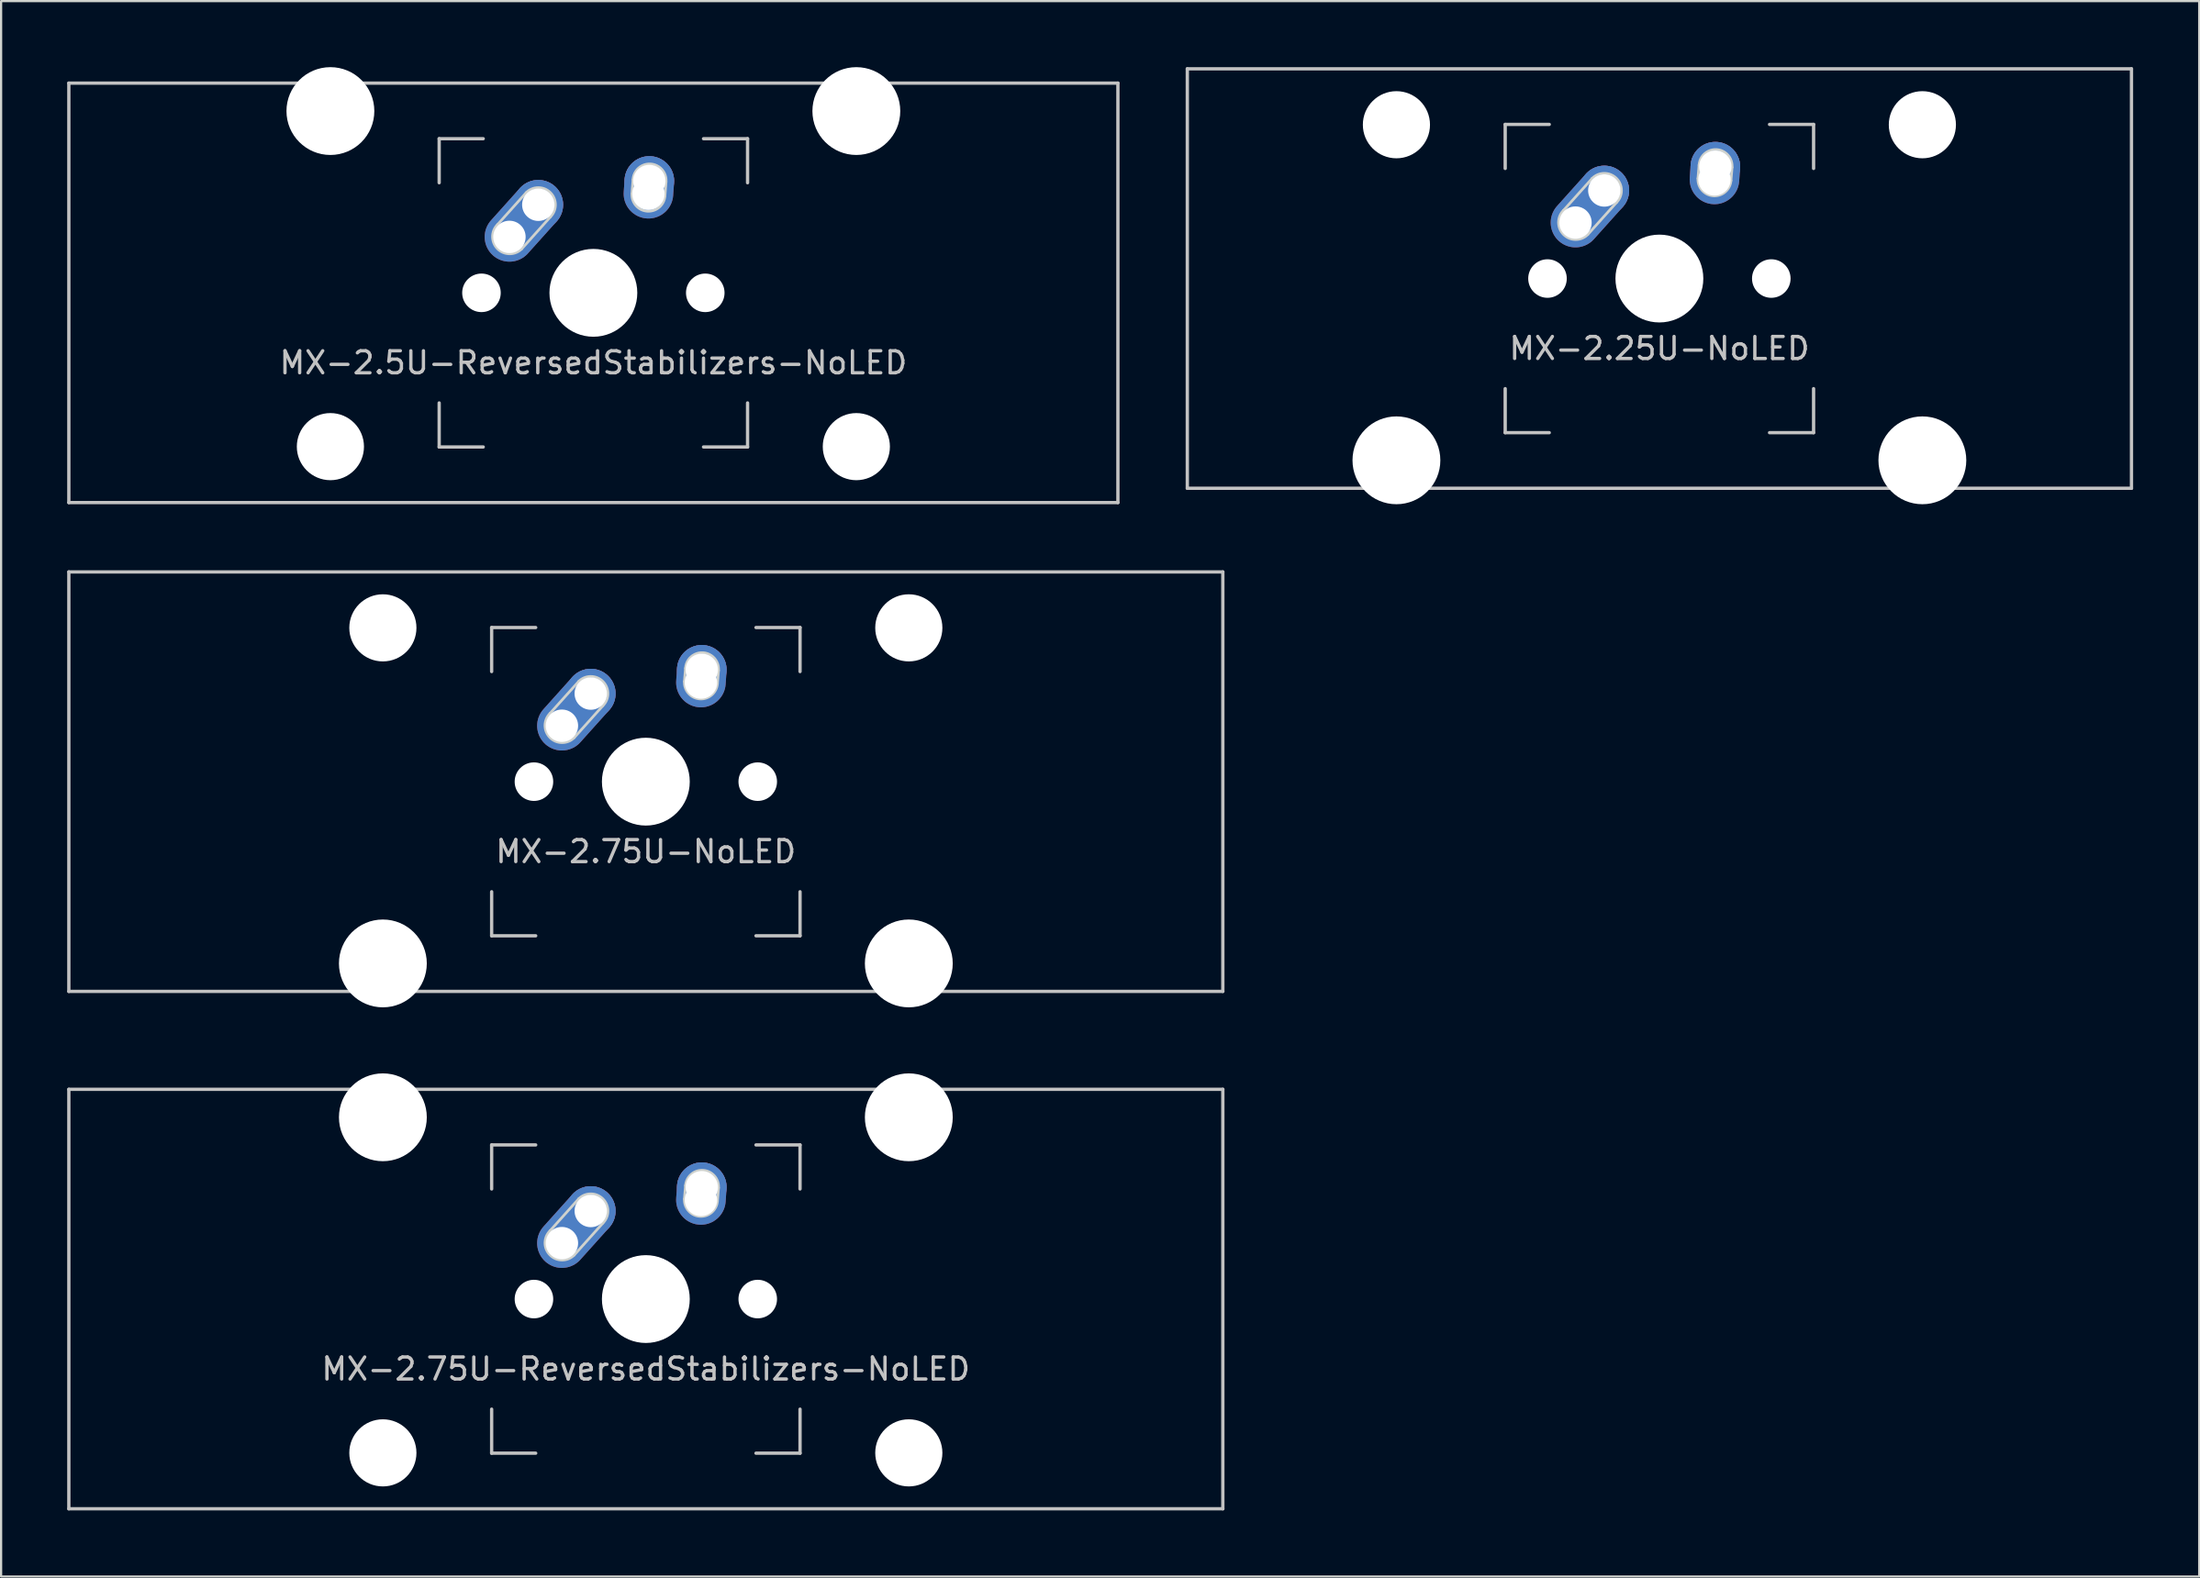
<source format=kicad_pcb>
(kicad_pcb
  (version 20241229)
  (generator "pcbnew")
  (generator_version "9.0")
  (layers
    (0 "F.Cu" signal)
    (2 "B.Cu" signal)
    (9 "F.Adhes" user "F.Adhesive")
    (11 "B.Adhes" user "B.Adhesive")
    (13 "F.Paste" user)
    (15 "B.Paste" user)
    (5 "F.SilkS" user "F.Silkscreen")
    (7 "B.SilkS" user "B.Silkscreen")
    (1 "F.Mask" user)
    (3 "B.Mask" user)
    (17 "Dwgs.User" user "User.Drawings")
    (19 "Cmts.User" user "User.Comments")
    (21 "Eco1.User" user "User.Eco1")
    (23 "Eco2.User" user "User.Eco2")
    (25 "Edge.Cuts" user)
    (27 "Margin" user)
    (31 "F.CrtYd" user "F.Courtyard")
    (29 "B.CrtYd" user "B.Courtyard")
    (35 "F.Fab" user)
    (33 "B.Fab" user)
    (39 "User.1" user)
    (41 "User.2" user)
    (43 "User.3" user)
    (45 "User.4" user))
  (footprint "MX-2.25U-NoLED"
    (layer "F.Cu")
    (at 72.281 9.6)
    (property "Reference" "MX-2.25U-NoLED" (at 0 3.175 0) (layer "Dwgs.User") (effects (font (size 1 1) (thickness 0.15))))
    (fp_line (start -21.431 -9.525) (end 21.431 -9.525) (stroke (width 0.15) (type solid)) (layer "Dwgs.User"))
    (fp_line (start -21.431 9.525) (end -21.431 -9.525) (stroke (width 0.15) (type solid)) (layer "Dwgs.User"))
    (fp_line (start -21.431 9.525) (end 21.431 9.525) (stroke (width 0.15) (type solid)) (layer "Dwgs.User"))
    (fp_line (start -7 -7) (end -7 -5) (stroke (width 0.15) (type solid)) (layer "Dwgs.User"))
    (fp_line (start -7 5) (end -7 7) (stroke (width 0.15) (type solid)) (layer "Dwgs.User"))
    (fp_line (start -7 7) (end -5 7) (stroke (width 0.15) (type solid)) (layer "Dwgs.User"))
    (fp_line (start -5 -7) (end -7 -7) (stroke (width 0.15) (type solid)) (layer "Dwgs.User"))
    (fp_line (start 5 -7) (end 7 -7) (stroke (width 0.15) (type solid)) (layer "Dwgs.User"))
    (fp_line (start 5 7) (end 7 7) (stroke (width 0.15) (type solid)) (layer "Dwgs.User"))
    (fp_line (start 7 -7) (end 7 -5) (stroke (width 0.15) (type solid)) (layer "Dwgs.User"))
    (fp_line (start 7 7) (end 7 5) (stroke (width 0.15) (type solid)) (layer "Dwgs.User"))
    (fp_line (start 21.431 -9.525) (end 21.431 9.525) (stroke (width 0.15) (type solid)) (layer "Dwgs.User"))
    (fp_line (start -4.35 -3.1) (end -3.05 -4.55) (stroke (width 0.12) (type solid)) (layer "Edge.Cuts"))
    (fp_line (start -1.95 -3.45) (end -3.25 -2) (stroke (width 0.12) (type solid)) (layer "Edge.Cuts"))
    (fp_line (start 1.8 -5.15) (end 1.75 -4.547) (stroke (width 0.12) (type solid)) (layer "Edge.Cuts"))
    (fp_line (start 3.3 -5.05) (end 3.25 -4.45) (stroke (width 0.12) (type solid)) (layer "Edge.Cuts"))
    (fp_arc (start -3.25 -2) (mid -4.35 -2) (end -4.35 -3.1) (stroke (width 0.12) (type solid)) (layer "Edge.Cuts"))
    (fp_arc (start -3.05 -4.55) (mid -1.95 -4.55) (end -1.95 -3.45) (stroke (width 0.12) (type solid)) (layer "Edge.Cuts"))
    (fp_arc (start 1.800001 -5.15) (mid 2.6 -5.849999) (end 3.299999 -5.05) (stroke (width 0.12) (type solid)) (layer "Edge.Cuts"))
    (fp_arc (start 3.249999 -4.45) (mid 2.451556 -3.749899) (end 1.7498 -4.546888) (stroke (width 0.12) (type solid)) (layer "Edge.Cuts"))
    (pad "" np_thru_hole circle (at -11.938 -6.985) (size 3.048 3.048) (drill 3.048) (layers "*.Cu" "*.Mask"))
    (pad "" np_thru_hole circle (at -11.938 8.255) (size 3.988 3.988) (drill 3.988) (layers "*.Cu" "*.Mask"))
    (pad "" np_thru_hole circle (at -5.08 0 48.1) (size 1.75 1.75) (drill 1.75) (layers "*.Cu" "*.Mask"))
    (pad "" np_thru_hole circle (at 0 0) (size 3.988 3.988) (drill 3.988) (layers "*.Cu" "*.Mask"))
    (pad "" np_thru_hole circle (at 5.08 0 48.1) (size 1.75 1.75) (drill 1.75) (layers "*.Cu" "*.Mask"))
    (pad "" np_thru_hole circle (at 11.938 -6.985) (size 3.048 3.048) (drill 3.048) (layers "*.Cu" "*.Mask"))
    (pad "" np_thru_hole circle (at 11.938 8.255) (size 3.988 3.988) (drill 3.988) (layers "*.Cu" "*.Mask"))
    (pad "1" thru_hole oval (at -3.81 -2.54 48.1) (size 4.212 2.25) (drill 1.47 (offset 0.981 0)) (layers "*.Cu" "B.Mask"))
    (pad "1" thru_hole circle (at -2.5 -4) (size 2.25 2.25) (drill 1.47) (layers "*.Cu" "B.Mask"))
    (pad "2" thru_hole oval (at 2.5 -4.5 86.055) (size 2.831 2.25) (drill 1.47 (offset 0.291 0)) (layers "*.Cu" "B.Mask"))
    (pad "2" thru_hole circle (at 2.54 -5.08) (size 2.25 2.25) (drill 1.47) (layers "*.Cu" "B.Mask")))
  (footprint "MX-2.75U-ReversedStabilizers-NoLED"
    (layer "F.Cu")
    (at 26.269 55.947)
    (property "Reference" "MX-2.75U-ReversedStabilizers-NoLED" (at 0 3.175 0) (layer "Dwgs.User") (effects (font (size 1 1) (thickness 0.15))))
    (fp_line (start -26.194 -9.525) (end 26.194 -9.525) (stroke (width 0.15) (type solid)) (layer "Dwgs.User"))
    (fp_line (start -26.194 9.525) (end -26.194 -9.525) (stroke (width 0.15) (type solid)) (layer "Dwgs.User"))
    (fp_line (start -26.194 9.525) (end 26.194 9.525) (stroke (width 0.15) (type solid)) (layer "Dwgs.User"))
    (fp_line (start -7 -7) (end -7 -5) (stroke (width 0.15) (type solid)) (layer "Dwgs.User"))
    (fp_line (start -7 5) (end -7 7) (stroke (width 0.15) (type solid)) (layer "Dwgs.User"))
    (fp_line (start -7 7) (end -5 7) (stroke (width 0.15) (type solid)) (layer "Dwgs.User"))
    (fp_line (start -5 -7) (end -7 -7) (stroke (width 0.15) (type solid)) (layer "Dwgs.User"))
    (fp_line (start 5 -7) (end 7 -7) (stroke (width 0.15) (type solid)) (layer "Dwgs.User"))
    (fp_line (start 5 7) (end 7 7) (stroke (width 0.15) (type solid)) (layer "Dwgs.User"))
    (fp_line (start 7 -7) (end 7 -5) (stroke (width 0.15) (type solid)) (layer "Dwgs.User"))
    (fp_line (start 7 7) (end 7 5) (stroke (width 0.15) (type solid)) (layer "Dwgs.User"))
    (fp_line (start 26.194 -9.525) (end 26.194 9.525) (stroke (width 0.15) (type solid)) (layer "Dwgs.User"))
    (fp_line (start -4.35 -3.1) (end -3.05 -4.55) (stroke (width 0.12) (type solid)) (layer "Edge.Cuts"))
    (fp_line (start -1.95 -3.45) (end -3.25 -2) (stroke (width 0.12) (type solid)) (layer "Edge.Cuts"))
    (fp_line (start 1.8 -5.154) (end 1.75 -4.547) (stroke (width 0.12) (type solid)) (layer "Edge.Cuts"))
    (fp_line (start 3.3 -5.05) (end 3.25 -4.45) (stroke (width 0.12) (type solid)) (layer "Edge.Cuts"))
    (fp_arc (start -3.25 -2) (mid -4.35 -2) (end -4.35 -3.1) (stroke (width 0.12) (type solid)) (layer "Edge.Cuts"))
    (fp_arc (start -3.05 -4.55) (mid -1.95 -4.55) (end -1.95 -3.45) (stroke (width 0.12) (type solid)) (layer "Edge.Cuts"))
    (fp_arc (start 1.800246 -5.153554) (mid 2.601777 -5.849879) (end 3.299999 -5.05) (stroke (width 0.12) (type solid)) (layer "Edge.Cuts"))
    (fp_arc (start 3.249999 -4.45) (mid 2.451556 -3.749899) (end 1.7498 -4.546888) (stroke (width 0.12) (type solid)) (layer "Edge.Cuts"))
    (pad "" np_thru_hole circle (at -11.938 -8.255) (size 3.988 3.988) (drill 3.988) (layers "*.Cu" "*.Mask"))
    (pad "" np_thru_hole circle (at -11.938 6.985) (size 3.048 3.048) (drill 3.048) (layers "*.Cu" "*.Mask"))
    (pad "" np_thru_hole circle (at -5.08 0 48.1) (size 1.75 1.75) (drill 1.75) (layers "*.Cu" "*.Mask"))
    (pad "" np_thru_hole circle (at 0 0) (size 3.988 3.988) (drill 3.988) (layers "*.Cu" "*.Mask"))
    (pad "" np_thru_hole circle (at 5.08 0 48.1) (size 1.75 1.75) (drill 1.75) (layers "*.Cu" "*.Mask"))
    (pad "" np_thru_hole circle (at 11.938 -8.255) (size 3.988 3.988) (drill 3.988) (layers "*.Cu" "*.Mask"))
    (pad "" np_thru_hole circle (at 11.938 6.985) (size 3.048 3.048) (drill 3.048) (layers "*.Cu" "*.Mask"))
    (pad "1" thru_hole oval (at -3.81 -2.54 48.1) (size 4.212 2.25) (drill 1.47 (offset 0.981 0)) (layers "*.Cu" "B.Mask"))
    (pad "1" thru_hole circle (at -2.5 -4) (size 2.25 2.25) (drill 1.47) (layers "*.Cu" "B.Mask"))
    (pad "2" thru_hole oval (at 2.5 -4.5 86.055) (size 2.831 2.25) (drill 1.47 (offset 0.291 0)) (layers "*.Cu" "B.Mask"))
    (pad "2" thru_hole circle (at 2.54 -5.08) (size 2.25 2.25) (drill 1.47) (layers "*.Cu" "B.Mask")))
  (footprint "MX-2.5U-ReversedStabilizers-NoLED"
    (layer "F.Cu")
    (at 23.887 10.249)
    (property "Reference" "MX-2.5U-ReversedStabilizers-NoLED" (at 0 3.175 0) (layer "Dwgs.User") (effects (font (size 1 1) (thickness 0.15))))
    (fp_line (start -23.812 -9.525) (end 23.812 -9.525) (stroke (width 0.15) (type solid)) (layer "Dwgs.User"))
    (fp_line (start -23.812 9.525) (end -23.812 -9.525) (stroke (width 0.15) (type solid)) (layer "Dwgs.User"))
    (fp_line (start -23.812 9.525) (end 23.812 9.525) (stroke (width 0.15) (type solid)) (layer "Dwgs.User"))
    (fp_line (start -7 -7) (end -7 -5) (stroke (width 0.15) (type solid)) (layer "Dwgs.User"))
    (fp_line (start -7 5) (end -7 7) (stroke (width 0.15) (type solid)) (layer "Dwgs.User"))
    (fp_line (start -7 7) (end -5 7) (stroke (width 0.15) (type solid)) (layer "Dwgs.User"))
    (fp_line (start -5 -7) (end -7 -7) (stroke (width 0.15) (type solid)) (layer "Dwgs.User"))
    (fp_line (start 5 -7) (end 7 -7) (stroke (width 0.15) (type solid)) (layer "Dwgs.User"))
    (fp_line (start 5 7) (end 7 7) (stroke (width 0.15) (type solid)) (layer "Dwgs.User"))
    (fp_line (start 7 -7) (end 7 -5) (stroke (width 0.15) (type solid)) (layer "Dwgs.User"))
    (fp_line (start 7 7) (end 7 5) (stroke (width 0.15) (type solid)) (layer "Dwgs.User"))
    (fp_line (start 23.812 -9.525) (end 23.812 9.525) (stroke (width 0.15) (type solid)) (layer "Dwgs.User"))
    (fp_line (start -4.35 -3.1) (end -3.05 -4.55) (stroke (width 0.12) (type solid)) (layer "Edge.Cuts"))
    (fp_line (start -1.95 -3.45) (end -3.25 -2) (stroke (width 0.12) (type solid)) (layer "Edge.Cuts"))
    (fp_line (start 1.75 -4.5) (end 1.8 -5.144) (stroke (width 0.12) (type solid)) (layer "Edge.Cuts"))
    (fp_line (start 3.3 -5.05) (end 3.25 -4.4) (stroke (width 0.12) (type solid)) (layer "Edge.Cuts"))
    (fp_arc (start -3.25 -2) (mid -4.35 -2) (end -4.35 -3.1) (stroke (width 0.12) (type solid)) (layer "Edge.Cuts"))
    (fp_arc (start -3.05 -4.55) (mid -1.95 -4.55) (end -1.95 -3.45) (stroke (width 0.12) (type solid)) (layer "Edge.Cuts"))
    (fp_arc (start 1.799633 -5.144139) (mid 2.59707 -5.850189) (end 3.299999 -5.05) (stroke (width 0.12) (type solid)) (layer "Edge.Cuts"))
    (fp_arc (start 3.249999 -4.4) (mid 2.45 -3.700001) (end 1.750001 -4.5) (stroke (width 0.12) (type solid)) (layer "Edge.Cuts"))
    (pad "" np_thru_hole circle (at -11.938 -8.255) (size 3.988 3.988) (drill 3.988) (layers "*.Cu" "*.Mask"))
    (pad "" np_thru_hole circle (at -11.938 6.985) (size 3.048 3.048) (drill 3.048) (layers "*.Cu" "*.Mask"))
    (pad "" np_thru_hole circle (at -5.08 0 48.1) (size 1.75 1.75) (drill 1.75) (layers "*.Cu" "*.Mask"))
    (pad "" np_thru_hole circle (at 0 0) (size 3.988 3.988) (drill 3.988) (layers "*.Cu" "*.Mask"))
    (pad "" np_thru_hole circle (at 5.08 0 48.1) (size 1.75 1.75) (drill 1.75) (layers "*.Cu" "*.Mask"))
    (pad "" np_thru_hole circle (at 11.938 -8.255) (size 3.988 3.988) (drill 3.988) (layers "*.Cu" "*.Mask"))
    (pad "" np_thru_hole circle (at 11.938 6.985) (size 3.048 3.048) (drill 3.048) (layers "*.Cu" "*.Mask"))
    (pad "1" thru_hole oval (at -3.81 -2.54 48.1) (size 4.212 2.25) (drill 1.47 (offset 0.981 0)) (layers "*.Cu" "B.Mask"))
    (pad "1" thru_hole circle (at -2.5 -4) (size 2.25 2.25) (drill 1.47) (layers "*.Cu" "B.Mask"))
    (pad "2" thru_hole oval (at 2.5 -4.5 86.055) (size 2.831 2.25) (drill 1.47 (offset 0.291 0)) (layers "*.Cu" "B.Mask"))
    (pad "2" thru_hole circle (at 2.54 -5.08) (size 2.25 2.25) (drill 1.47) (layers "*.Cu" "B.Mask")))
  (footprint "MX-2.75U-NoLED"
    (layer "F.Cu")
    (at 26.269 32.449)
    (property "Reference" "MX-2.75U-NoLED" (at 0 3.175 0) (layer "Dwgs.User") (effects (font (size 1 1) (thickness 0.15))))
    (fp_line (start -26.194 -9.525) (end 26.194 -9.525) (stroke (width 0.15) (type solid)) (layer "Dwgs.User"))
    (fp_line (start -26.194 9.525) (end -26.194 -9.525) (stroke (width 0.15) (type solid)) (layer "Dwgs.User"))
    (fp_line (start -26.194 9.525) (end 26.194 9.525) (stroke (width 0.15) (type solid)) (layer "Dwgs.User"))
    (fp_line (start -7 -7) (end -7 -5) (stroke (width 0.15) (type solid)) (layer "Dwgs.User"))
    (fp_line (start -7 5) (end -7 7) (stroke (width 0.15) (type solid)) (layer "Dwgs.User"))
    (fp_line (start -7 7) (end -5 7) (stroke (width 0.15) (type solid)) (layer "Dwgs.User"))
    (fp_line (start -5 -7) (end -7 -7) (stroke (width 0.15) (type solid)) (layer "Dwgs.User"))
    (fp_line (start 5 -7) (end 7 -7) (stroke (width 0.15) (type solid)) (layer "Dwgs.User"))
    (fp_line (start 5 7) (end 7 7) (stroke (width 0.15) (type solid)) (layer "Dwgs.User"))
    (fp_line (start 7 -7) (end 7 -5) (stroke (width 0.15) (type solid)) (layer "Dwgs.User"))
    (fp_line (start 7 7) (end 7 5) (stroke (width 0.15) (type solid)) (layer "Dwgs.User"))
    (fp_line (start 26.194 -9.525) (end 26.194 9.525) (stroke (width 0.15) (type solid)) (layer "Dwgs.User"))
    (fp_line (start -4.35 -3.1) (end -3.05 -4.55) (stroke (width 0.12) (type solid)) (layer "Edge.Cuts"))
    (fp_line (start -1.95 -3.45) (end -3.25 -2) (stroke (width 0.12) (type solid)) (layer "Edge.Cuts"))
    (fp_line (start 1.8 -5.15) (end 1.75 -4.55) (stroke (width 0.12) (type solid)) (layer "Edge.Cuts"))
    (fp_line (start 3.3 -5.05) (end 3.25 -4.45) (stroke (width 0.12) (type solid)) (layer "Edge.Cuts"))
    (fp_arc (start -3.25 -2) (mid -4.35 -2) (end -4.35 -3.1) (stroke (width 0.12) (type solid)) (layer "Edge.Cuts"))
    (fp_arc (start -3.05 -4.55) (mid -1.95 -4.55) (end -1.95 -3.45) (stroke (width 0.12) (type solid)) (layer "Edge.Cuts"))
    (fp_arc (start 1.800001 -5.15) (mid 2.6 -5.849999) (end 3.299999 -5.05) (stroke (width 0.12) (type solid)) (layer "Edge.Cuts"))
    (fp_arc (start 3.249999 -4.45) (mid 2.45 -3.750001) (end 1.750001 -4.55) (stroke (width 0.12) (type solid)) (layer "Edge.Cuts"))
    (pad "" np_thru_hole circle (at -11.938 -6.985) (size 3.048 3.048) (drill 3.048) (layers "*.Cu" "*.Mask"))
    (pad "" np_thru_hole circle (at -11.938 8.255) (size 3.988 3.988) (drill 3.988) (layers "*.Cu" "*.Mask"))
    (pad "" np_thru_hole circle (at -5.08 0 48.1) (size 1.75 1.75) (drill 1.75) (layers "*.Cu" "*.Mask"))
    (pad "" np_thru_hole circle (at 0 0) (size 3.988 3.988) (drill 3.988) (layers "*.Cu" "*.Mask"))
    (pad "" np_thru_hole circle (at 5.08 0 48.1) (size 1.75 1.75) (drill 1.75) (layers "*.Cu" "*.Mask"))
    (pad "" np_thru_hole circle (at 11.938 -6.985) (size 3.048 3.048) (drill 3.048) (layers "*.Cu" "*.Mask"))
    (pad "" np_thru_hole circle (at 11.938 8.255) (size 3.988 3.988) (drill 3.988) (layers "*.Cu" "*.Mask"))
    (pad "1" thru_hole oval (at -3.81 -2.54 48.1) (size 4.212 2.25) (drill 1.47 (offset 0.981 0)) (layers "*.Cu" "B.Mask"))
    (pad "1" thru_hole circle (at -2.5 -4) (size 2.25 2.25) (drill 1.47) (layers "*.Cu" "B.Mask"))
    (pad "2" thru_hole oval (at 2.5 -4.5 86.055) (size 2.831 2.25) (drill 1.47 (offset 0.291 0)) (layers "*.Cu" "B.Mask"))
    (pad "2" thru_hole circle (at 2.54 -5.08) (size 2.25 2.25) (drill 1.47) (layers "*.Cu" "B.Mask")))
  (gr_rect
    (start -3 -3)
    (end 96.787 68.547)
    (stroke (width 0.1) (type default))
    (fill no)
    (layer "Edge.Cuts")))
</source>
